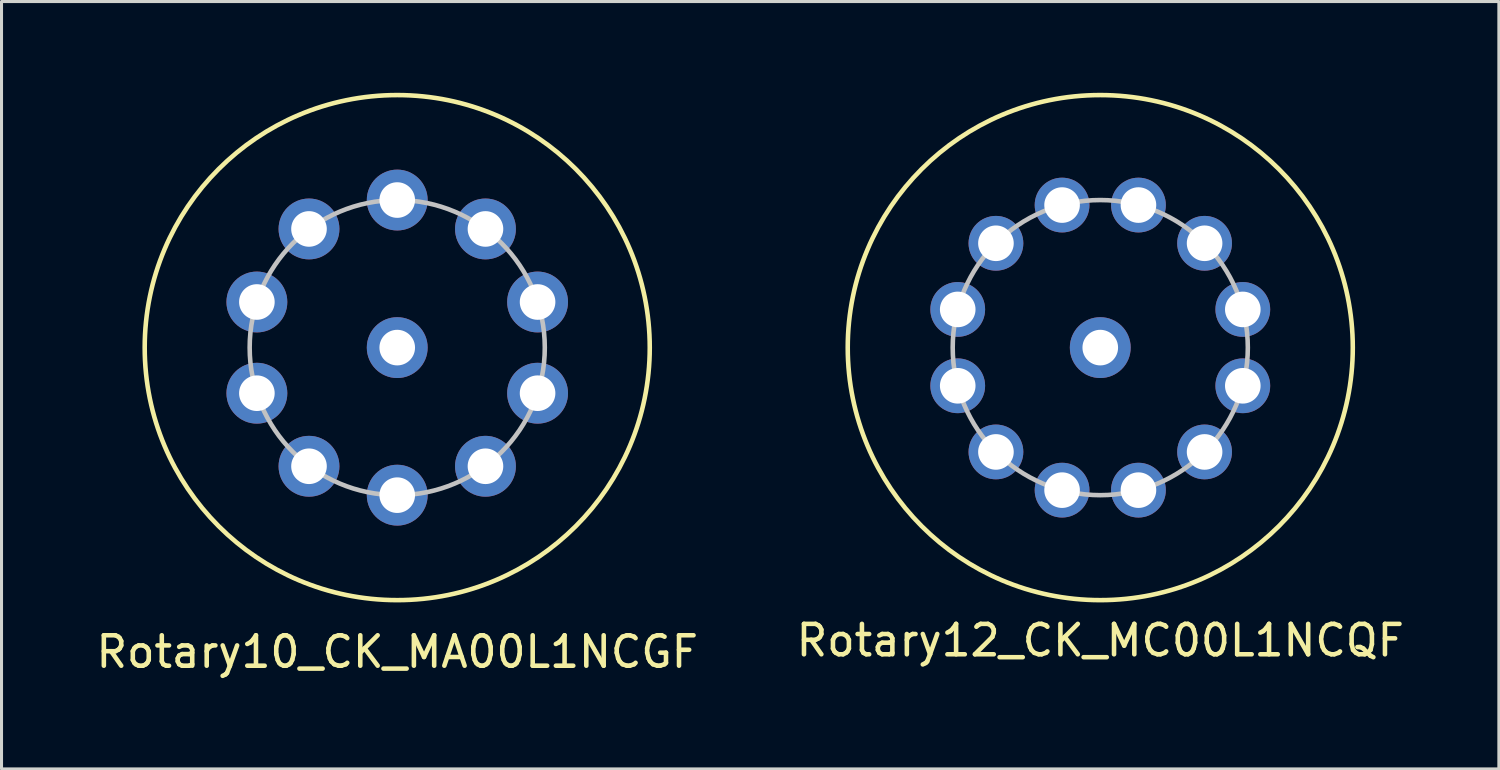
<source format=kicad_pcb>
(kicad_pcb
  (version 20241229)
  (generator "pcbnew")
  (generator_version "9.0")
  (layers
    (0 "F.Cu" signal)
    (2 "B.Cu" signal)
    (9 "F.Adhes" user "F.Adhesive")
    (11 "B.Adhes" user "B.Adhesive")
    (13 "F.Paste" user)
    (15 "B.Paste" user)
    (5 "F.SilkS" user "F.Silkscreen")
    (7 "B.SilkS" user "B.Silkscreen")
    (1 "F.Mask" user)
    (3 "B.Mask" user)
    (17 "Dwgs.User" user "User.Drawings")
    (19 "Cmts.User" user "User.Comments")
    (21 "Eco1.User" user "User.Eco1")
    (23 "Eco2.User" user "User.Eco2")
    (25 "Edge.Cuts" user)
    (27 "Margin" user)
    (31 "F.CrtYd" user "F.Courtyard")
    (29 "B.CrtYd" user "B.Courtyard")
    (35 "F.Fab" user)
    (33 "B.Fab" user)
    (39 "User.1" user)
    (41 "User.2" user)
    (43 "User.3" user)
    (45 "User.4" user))
  (footprint "Rotary10_CK_MA00L1NCGF"
    (layer "F.Cu")
    (at 10.006 8.375)
    (property "Reference" "Rotary10_CK_MA00L1NCGF" (at 0 10 0) (layer "F.SilkS") (effects (font (size 1 1) (thickness 0.15))))
    (attr through_hole)
    (fp_circle (center 0 0) (end 8.3 0) (stroke (width 0.15) (type solid)) (fill no) (layer "F.SilkS"))
    (fp_circle (center 0 0) (end 4.85 0) (stroke (width 0.15) (type solid)) (fill no) (layer "Dwgs.User"))
    (pad "1" thru_hole circle (at -4.613 -1.499) (size 2 2) (drill 1.17) (layers "*.Cu" "*.Mask"))
    (pad "2" thru_hole circle (at -2.9 -3.9) (size 2 2) (drill 1.17) (layers "*.Cu" "*.Mask"))
    (pad "3" thru_hole circle (at 0 -4.85) (size 2 2) (drill 1.17) (layers "*.Cu" "*.Mask"))
    (pad "4" thru_hole circle (at 2.9 -3.9) (size 2 2) (drill 1.17) (layers "*.Cu" "*.Mask"))
    (pad "5" thru_hole circle (at 4.613 -1.499) (size 2 2) (drill 1.17) (layers "*.Cu" "*.Mask"))
    (pad "6" thru_hole circle (at 4.613 1.499) (size 2 2) (drill 1.17) (layers "*.Cu" "*.Mask"))
    (pad "7" thru_hole circle (at 2.9 3.9) (size 2 2) (drill 1.17) (layers "*.Cu" "*.Mask"))
    (pad "8" thru_hole circle (at 0 4.85) (size 2 2) (drill 1.17) (layers "*.Cu" "*.Mask"))
    (pad "9" thru_hole circle (at -2.9 3.9) (size 2 2) (drill 1.17) (layers "*.Cu" "*.Mask"))
    (pad "10" thru_hole circle (at -4.613 1.499) (size 2 2) (drill 1.17) (layers "*.Cu" "*.Mask"))
    (pad "13" thru_hole circle (at 0 0) (size 2 2) (drill 1.17) (layers "*.Cu" "*.Mask")))
  (footprint "Rotary12_CK_MC00L1NCQF"
    (layer "F.Cu")
    (at 33.113 8.375)
    (property "Reference" "Rotary12_CK_MC00L1NCQF" (at 0 9.625 0) (layer "F.SilkS") (effects (font (size 1 1) (thickness 0.15))))
    (attr through_hole)
    (fp_circle (center 0 0) (end 8.3 0) (stroke (width 0.15) (type solid)) (fill no) (layer "F.SilkS"))
    (fp_circle (center 0 0) (end 4.85 0) (stroke (width 0.15) (type solid)) (fill no) (layer "Dwgs.User"))
    (pad "1" thru_hole circle (at -4.685 -1.255) (size 1.8 1.8) (drill 1.17) (layers "*.Cu" "*.Mask"))
    (pad "2" thru_hole circle (at -3.429 -3.429) (size 1.8 1.8) (drill 1.17) (layers "*.Cu" "*.Mask"))
    (pad "3" thru_hole circle (at -1.255 -4.685) (size 1.8 1.8) (drill 1.17) (layers "*.Cu" "*.Mask"))
    (pad "4" thru_hole circle (at 1.255 -4.685) (size 1.8 1.8) (drill 1.17) (layers "*.Cu" "*.Mask"))
    (pad "5" thru_hole circle (at 3.429 -3.429) (size 1.8 1.8) (drill 1.17) (layers "*.Cu" "*.Mask"))
    (pad "6" thru_hole circle (at 4.685 -1.255) (size 1.8 1.8) (drill 1.17) (layers "*.Cu" "*.Mask"))
    (pad "7" thru_hole circle (at 4.685 1.255) (size 1.8 1.8) (drill 1.17) (layers "*.Cu" "*.Mask"))
    (pad "8" thru_hole circle (at 3.429 3.429) (size 1.8 1.8) (drill 1.17) (layers "*.Cu" "*.Mask"))
    (pad "9" thru_hole circle (at 1.255 4.685) (size 1.8 1.8) (drill 1.17) (layers "*.Cu" "*.Mask"))
    (pad "10" thru_hole circle (at -1.255 4.685) (size 1.8 1.8) (drill 1.17) (layers "*.Cu" "*.Mask"))
    (pad "11" thru_hole circle (at -3.429 3.429) (size 1.8 1.8) (drill 1.17) (layers "*.Cu" "*.Mask"))
    (pad "12" thru_hole circle (at -4.685 1.255) (size 1.8 1.8) (drill 1.17) (layers "*.Cu" "*.Mask"))
    (pad "13" thru_hole circle (at 0 0) (size 2 2) (drill 1.17) (layers "*.Cu" "*.Mask")))
  (gr_rect
    (start -3 -3)
    (end 46.214 22.223)
    (stroke (width 0.1) (type default))
    (fill no)
    (layer "Edge.Cuts")))
</source>
